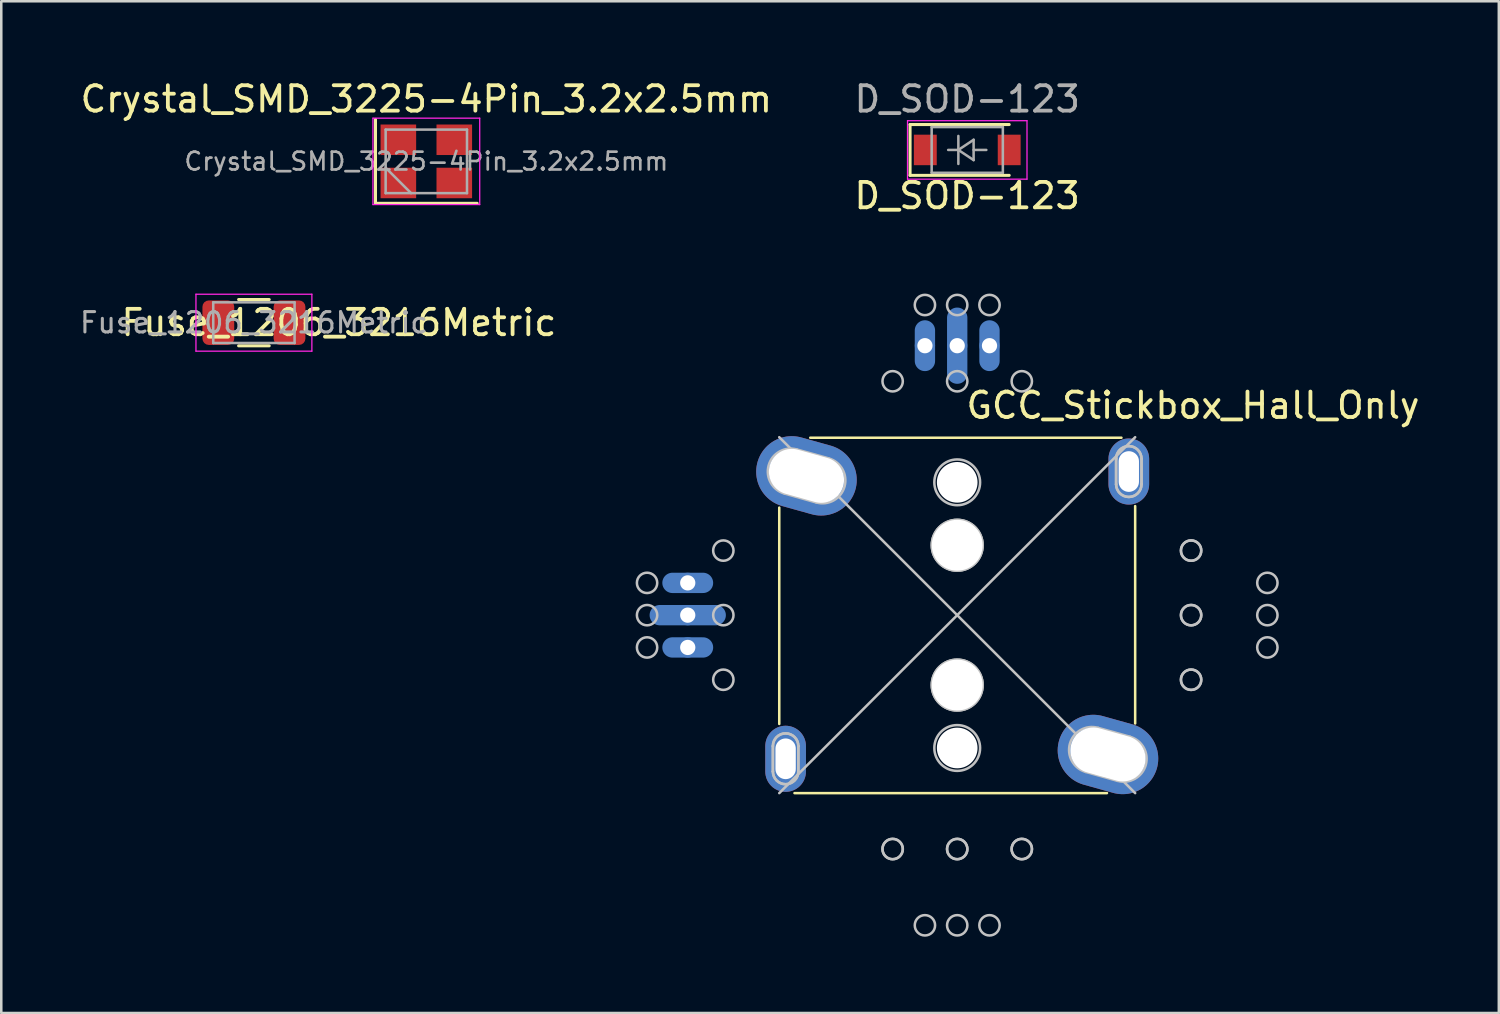
<source format=kicad_pcb>
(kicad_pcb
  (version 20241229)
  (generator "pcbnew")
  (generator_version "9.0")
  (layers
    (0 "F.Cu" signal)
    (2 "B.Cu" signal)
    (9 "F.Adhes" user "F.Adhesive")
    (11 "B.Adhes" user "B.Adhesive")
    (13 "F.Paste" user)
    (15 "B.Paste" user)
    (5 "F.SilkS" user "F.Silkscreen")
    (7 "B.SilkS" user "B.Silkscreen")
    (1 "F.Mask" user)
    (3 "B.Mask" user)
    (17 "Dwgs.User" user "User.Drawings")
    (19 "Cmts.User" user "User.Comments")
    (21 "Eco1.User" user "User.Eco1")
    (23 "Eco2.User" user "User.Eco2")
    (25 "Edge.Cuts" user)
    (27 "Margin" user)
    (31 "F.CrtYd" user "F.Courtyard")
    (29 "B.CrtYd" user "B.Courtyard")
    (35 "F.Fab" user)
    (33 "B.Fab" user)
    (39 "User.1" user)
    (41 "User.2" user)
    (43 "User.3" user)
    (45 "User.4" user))
  (footprint "GCC_Stickbox_Hall_Only"
    (layer "F.Cu")
    (at 34.603 21.148)
    (property "Reference" "GCC_Stickbox_Hall_Only" (at 9.275 -8.25 180) (layer "F.SilkS") (effects (font (size 1 1) (thickness 0.15))))
    (attr through_hole)
    (fp_line (start -7 -4.23) (end -7 4.28) (stroke (width 0.1) (type solid)) (layer "F.SilkS"))
    (fp_line (start -6.4 7) (end 5.89 7) (stroke (width 0.1) (type solid)) (layer "F.SilkS"))
    (fp_line (start -5.78 -6.98) (end 6.46 -6.98) (stroke (width 0.1) (type solid)) (layer "F.SilkS"))
    (fp_line (start 7 -4.29) (end 7 4.26) (stroke (width 0.1) (type solid)) (layer "F.SilkS"))
    (fp_line (start -7.25 5.15) (end -7.25 6.15) (stroke (width 0.1) (type solid)) (layer "Dwgs.User"))
    (fp_line (start -7.25 5.15) (end -7.25 6.15) (stroke (width 0.1) (type solid)) (layer "Dwgs.User"))
    (fp_line (start -7 -7) (end 7 7) (stroke (width 0.1) (type solid)) (layer "Dwgs.User"))
    (fp_line (start -6.793 -4.783) (end -5.543 -4.433) (stroke (width 0.1) (type solid)) (layer "Dwgs.User"))
    (fp_line (start -6.25 5.15) (end -6.25 6.15) (stroke (width 0.1) (type solid)) (layer "Dwgs.User"))
    (fp_line (start -6.25 6.15) (end -6.25 5.15) (stroke (width 0.1) (type solid)) (layer "Dwgs.User"))
    (fp_line (start -5.057 -6.167) (end -6.307 -6.517) (stroke (width 0.1) (type solid)) (layer "Dwgs.User"))
    (fp_line (start 5.057 6.167) (end 6.307 6.517) (stroke (width 0.1) (type solid)) (layer "Dwgs.User"))
    (fp_line (start 6.25 -6.15) (end 6.25 -5.15) (stroke (width 0.1) (type solid)) (layer "Dwgs.User"))
    (fp_line (start 6.25 -6.15) (end 6.25 -5.15) (stroke (width 0.1) (type solid)) (layer "Dwgs.User"))
    (fp_line (start 6.793 4.783) (end 5.543 4.433) (stroke (width 0.1) (type solid)) (layer "Dwgs.User"))
    (fp_line (start 7 -7) (end -7 7) (stroke (width 0.1) (type solid)) (layer "Dwgs.User"))
    (fp_line (start 7.25 -6.15) (end 7.25 -5.15) (stroke (width 0.1) (type solid)) (layer "Dwgs.User"))
    (fp_line (start 7.25 -5.15) (end 7.25 -6.15) (stroke (width 0.1) (type solid)) (layer "Dwgs.User"))
    (fp_arc (start -7.25 5.15) (mid -6.75 4.65) (end -6.25 5.15) (stroke (width 0.1) (type solid)) (layer "Dwgs.User"))
    (fp_arc (start -7.25 5.15) (mid -6.75 4.65) (end -6.25 5.15) (stroke (width 0.1) (type solid)) (layer "Dwgs.User"))
    (fp_arc (start -6.792666 -4.783332) (mid -7.416668 -5.892666) (end -6.307334 -6.516668) (stroke (width 0.1) (type solid)) (layer "Dwgs.User"))
    (fp_arc (start -6.25 6.15) (mid -6.75 6.65) (end -7.25 6.15) (stroke (width 0.1) (type solid)) (layer "Dwgs.User"))
    (fp_arc (start -6.25 6.15) (mid -6.75 6.65) (end -7.25 6.15) (stroke (width 0.1) (type solid)) (layer "Dwgs.User"))
    (fp_arc (start -5.057333 -6.166667) (mid -4.433333 -5.057333) (end -5.542667 -4.433333) (stroke (width 0.1) (type solid)) (layer "Dwgs.User"))
    (fp_arc (start 5.057334 6.166668) (mid 4.433332 5.057334) (end 5.542666 4.433332) (stroke (width 0.1) (type solid)) (layer "Dwgs.User"))
    (fp_arc (start 6.25 -6.15) (mid 6.75 -6.65) (end 7.25 -6.15) (stroke (width 0.1) (type solid)) (layer "Dwgs.User"))
    (fp_arc (start 6.25 -6.15) (mid 6.75 -6.65) (end 7.25 -6.15) (stroke (width 0.1) (type solid)) (layer "Dwgs.User"))
    (fp_arc (start 6.792667 4.783333) (mid 7.416667 5.892667) (end 6.307333 6.516667) (stroke (width 0.1) (type solid)) (layer "Dwgs.User"))
    (fp_arc (start 7.25 -5.15) (mid 6.75 -4.65) (end 6.25 -5.15) (stroke (width 0.1) (type solid)) (layer "Dwgs.User"))
    (fp_arc (start 7.25 -5.15) (mid 6.75 -4.65) (end 6.25 -5.15) (stroke (width 0.1) (type solid)) (layer "Dwgs.User"))
    (fp_circle (center -12.2 -1.27) (end -11.8 -1.27) (stroke (width 0.1) (type solid)) (fill no) (layer "Dwgs.User"))
    (fp_circle (center -12.2 0) (end -11.8 0) (stroke (width 0.1) (type solid)) (fill no) (layer "Dwgs.User"))
    (fp_circle (center -12.2 1.27) (end -11.8 1.27) (stroke (width 0.1) (type solid)) (fill no) (layer "Dwgs.User"))
    (fp_circle (center -9.2 -2.54) (end -8.8 -2.54) (stroke (width 0.1) (type solid)) (fill no) (layer "Dwgs.User"))
    (fp_circle (center -9.2 0) (end -8.8 0) (stroke (width 0.1) (type solid)) (fill no) (layer "Dwgs.User"))
    (fp_circle (center -9.2 2.54) (end -8.8 2.54) (stroke (width 0.1) (type solid)) (fill no) (layer "Dwgs.User"))
    (fp_circle (center -2.54 -9.2) (end -2.14 -9.2) (stroke (width 0.1) (type solid)) (fill no) (layer "Dwgs.User"))
    (fp_circle (center -2.54 9.2) (end -2.14 9.2) (stroke (width 0.1) (type solid)) (fill no) (layer "Dwgs.User"))
    (fp_circle (center -2.54 9.2) (end -2.14 9.2) (stroke (width 0.1) (type solid)) (fill no) (layer "Dwgs.User"))
    (fp_circle (center -1.27 -12.2) (end -0.87 -12.2) (stroke (width 0.1) (type solid)) (fill no) (layer "Dwgs.User"))
    (fp_circle (center -1.27 12.2) (end -0.87 12.2) (stroke (width 0.1) (type solid)) (fill no) (layer "Dwgs.User"))
    (fp_circle (center 0 -12.2) (end 0.4 -12.2) (stroke (width 0.1) (type solid)) (fill no) (layer "Dwgs.User"))
    (fp_circle (center 0 -9.2) (end 0.4 -9.2) (stroke (width 0.1) (type solid)) (fill no) (layer "Dwgs.User"))
    (fp_circle (center 0 -5.225) (end 0.9 -5.225) (stroke (width 0.1) (type solid)) (fill no) (layer "Dwgs.User"))
    (fp_circle (center 0 -2.75) (end 1 -2.75) (stroke (width 0.1) (type solid)) (fill no) (layer "Dwgs.User"))
    (fp_circle (center 0 -2.75) (end 1 -2.75) (stroke (width 0.1) (type solid)) (fill no) (layer "Dwgs.User"))
    (fp_circle (center 0 2.75) (end 1 2.75) (stroke (width 0.1) (type solid)) (fill no) (layer "Dwgs.User"))
    (fp_circle (center 0 2.75) (end 1 2.75) (stroke (width 0.1) (type solid)) (fill no) (layer "Dwgs.User"))
    (fp_circle (center 0 5.225) (end 0.9 5.225) (stroke (width 0.1) (type solid)) (fill no) (layer "Dwgs.User"))
    (fp_circle (center 0 9.2) (end 0.4 9.2) (stroke (width 0.1) (type solid)) (fill no) (layer "Dwgs.User"))
    (fp_circle (center 0 9.2) (end 0.4 9.2) (stroke (width 0.1) (type solid)) (fill no) (layer "Dwgs.User"))
    (fp_circle (center 0 12.2) (end 0.4 12.2) (stroke (width 0.1) (type solid)) (fill no) (layer "Dwgs.User"))
    (fp_circle (center 1.27 -12.2) (end 1.67 -12.2) (stroke (width 0.1) (type solid)) (fill no) (layer "Dwgs.User"))
    (fp_circle (center 1.27 12.2) (end 1.67 12.2) (stroke (width 0.1) (type solid)) (fill no) (layer "Dwgs.User"))
    (fp_circle (center 2.54 -9.2) (end 2.94 -9.2) (stroke (width 0.1) (type solid)) (fill no) (layer "Dwgs.User"))
    (fp_circle (center 2.54 9.2) (end 2.94 9.2) (stroke (width 0.1) (type solid)) (fill no) (layer "Dwgs.User"))
    (fp_circle (center 2.54 9.2) (end 2.94 9.2) (stroke (width 0.1) (type solid)) (fill no) (layer "Dwgs.User"))
    (fp_circle (center 9.2 -2.54) (end 9.6 -2.54) (stroke (width 0.1) (type solid)) (fill no) (layer "Dwgs.User"))
    (fp_circle (center 9.2 -2.54) (end 9.6 -2.54) (stroke (width 0.1) (type solid)) (fill no) (layer "Dwgs.User"))
    (fp_circle (center 9.2 0) (end 9.6 0) (stroke (width 0.1) (type solid)) (fill no) (layer "Dwgs.User"))
    (fp_circle (center 9.2 0) (end 9.6 0) (stroke (width 0.1) (type solid)) (fill no) (layer "Dwgs.User"))
    (fp_circle (center 9.2 2.54) (end 9.6 2.54) (stroke (width 0.1) (type solid)) (fill no) (layer "Dwgs.User"))
    (fp_circle (center 9.2 2.54) (end 9.6 2.54) (stroke (width 0.1) (type solid)) (fill no) (layer "Dwgs.User"))
    (fp_circle (center 12.2 -1.27) (end 12.6 -1.27) (stroke (width 0.1) (type solid)) (fill no) (layer "Dwgs.User"))
    (fp_circle (center 12.2 0) (end 12.6 0) (stroke (width 0.1) (type solid)) (fill no) (layer "Dwgs.User"))
    (fp_circle (center 12.2 1.27) (end 12.6 1.27) (stroke (width 0.1) (type solid)) (fill no) (layer "Dwgs.User"))
    (pad "" thru_hole oval (at -6.75 5.65) (size 1.6 2.6) (drill oval 0.8 1.6) (layers "*.Cu" "*.Mask"))
    (pad "" thru_hole oval (at -5.93 -5.48 74.4) (size 2.8 4) (drill oval 1.8 3) (layers "*.Cu" "*.Mask"))
    (pad "" np_thru_hole circle (at 0 -5.225) (size 1.6 1.6) (drill 1.6) (layers "*.Cu" "*.Mask"))
    (pad "" np_thru_hole circle (at 0 -2.75) (size 2 2) (drill 2) (layers "*.Cu" "*.Mask"))
    (pad "" np_thru_hole circle (at 0 2.75) (size 2 2) (drill 2) (layers "*.Cu" "*.Mask"))
    (pad "" np_thru_hole circle (at 0 5.225) (size 1.6 1.6) (drill 1.6) (layers "*.Cu" "*.Mask"))
    (pad "" thru_hole oval (at 5.93 5.48 74.4) (size 2.8 4) (drill oval 1.8 3) (layers "*.Cu" "*.Mask"))
    (pad "" thru_hole oval (at 6.75 -5.65) (size 1.6 2.6) (drill oval 0.8 1.6) (layers "*.Cu" "*.Mask"))
    (pad "1" thru_hole circle (at 1.27 -10.6) (size 0.8 0.8) (drill 0.6) (layers "*.Cu" "B.Mask") (remove_unused_layers yes) (zone_layer_connections))
    (pad "1" smd oval (at 1.27 -10.6) (size 0.8 2) (layers "B.Cu" "B.Mask"))
    (pad "2" thru_hole circle (at 0 -10.6) (size 0.8 0.8) (drill 0.6) (layers "*.Cu" "B.Mask") (remove_unused_layers yes) (zone_layer_connections))
    (pad "2" smd oval (at 0 -10.6) (size 0.8 3) (layers "B.Cu" "B.Mask"))
    (pad "3" thru_hole circle (at -1.27 -10.6) (size 0.8 0.8) (drill 0.6) (layers "*.Cu" "B.Mask") (remove_unused_layers yes) (zone_layer_connections))
    (pad "3" smd oval (at -1.27 -10.6) (size 0.8 2) (layers "B.Cu" "B.Mask"))
    (pad "4" thru_hole circle (at -10.6 -1.27) (size 0.8 0.8) (drill 0.6) (layers "*.Cu" "B.Mask") (remove_unused_layers yes) (zone_layer_connections))
    (pad "4" smd oval (at -10.6 -1.27 90) (size 0.8 2) (layers "B.Cu" "B.Mask"))
    (pad "5" thru_hole circle (at -10.6 0) (size 0.8 0.8) (drill 0.6) (layers "*.Cu" "B.Mask") (remove_unused_layers yes) (zone_layer_connections))
    (pad "5" smd oval (at -10.6 0 90) (size 0.8 3) (layers "B.Cu" "B.Mask"))
    (pad "6" thru_hole circle (at -10.6 1.27) (size 0.8 0.8) (drill 0.6) (layers "*.Cu" "B.Mask") (remove_unused_layers yes) (zone_layer_connections))
    (pad "6" smd oval (at -10.6 1.27 90) (size 0.8 2) (layers "B.Cu" "B.Mask")))
  (footprint "Fuse_1206_3216Metric"
    (layer "F.Cu")
    (at 6.938 9.643)
    (property "Reference" "Fuse_1206_3216Metric" (at 3.342 0 0) (layer "F.SilkS") (effects (font (size 1 1) (thickness 0.15))))
    (attr smd)
    (fp_line (start -0.602 -0.91) (end 0.602 -0.91) (stroke (width 0.12) (type solid)) (layer "F.SilkS"))
    (fp_line (start -0.602 0.91) (end 0.602 0.91) (stroke (width 0.12) (type solid)) (layer "F.SilkS"))
    (fp_line (start -2.28 -1.12) (end 2.28 -1.12) (stroke (width 0.05) (type solid)) (layer "F.CrtYd"))
    (fp_line (start -2.28 1.12) (end -2.28 -1.12) (stroke (width 0.05) (type solid)) (layer "F.CrtYd"))
    (fp_line (start 2.28 -1.12) (end 2.28 1.12) (stroke (width 0.05) (type solid)) (layer "F.CrtYd"))
    (fp_line (start 2.28 1.12) (end -2.28 1.12) (stroke (width 0.05) (type solid)) (layer "F.CrtYd"))
    (fp_line (start -1.6 -0.8) (end 1.6 -0.8) (stroke (width 0.1) (type solid)) (layer "F.Fab"))
    (fp_line (start -1.6 0.8) (end -1.6 -0.8) (stroke (width 0.1) (type solid)) (layer "F.Fab"))
    (fp_line (start 1.6 -0.8) (end 1.6 0.8) (stroke (width 0.1) (type solid)) (layer "F.Fab"))
    (fp_line (start 1.6 0.8) (end -1.6 0.8) (stroke (width 0.1) (type solid)) (layer "F.Fab"))
    (fp_text user "${REFERENCE}" (at 0 0 0) (layer "F.Fab") (effects (font (size 0.8 0.8) (thickness 0.12))))
    (pad "1" smd roundrect (at -1.4 0) (size 1.25 1.75) (layers "F.Cu" "F.Mask" "F.Paste") (roundrect_rratio 0.2))
    (pad "2" smd roundrect (at 1.4 0) (size 1.25 1.75) (layers "F.Cu" "F.Mask" "F.Paste") (roundrect_rratio 0.2)))
  (footprint "D_SOD-123"
    (layer "F.Cu")
    (at 34.998 2.848)
    (property "Reference" "D_SOD-123" (at -0.004 1.802 180) (layer "F.SilkS") (effects (font (size 1 1) (thickness 0.15))))
    (attr smd)
    (fp_line (start -2.25 -1) (end -2.25 1) (stroke (width 0.12) (type solid)) (layer "F.SilkS"))
    (fp_line (start -2.25 -1) (end 1.65 -1) (stroke (width 0.12) (type solid)) (layer "F.SilkS"))
    (fp_line (start -2.25 1) (end 1.65 1) (stroke (width 0.12) (type solid)) (layer "F.SilkS"))
    (fp_line (start -2.35 -1.15) (end -2.35 1.15) (stroke (width 0.05) (type solid)) (layer "F.CrtYd"))
    (fp_line (start -2.35 -1.15) (end 2.35 -1.15) (stroke (width 0.05) (type solid)) (layer "F.CrtYd"))
    (fp_line (start 2.35 -1.15) (end 2.35 1.15) (stroke (width 0.05) (type solid)) (layer "F.CrtYd"))
    (fp_line (start 2.35 1.15) (end -2.35 1.15) (stroke (width 0.05) (type solid)) (layer "F.CrtYd"))
    (fp_line (start -1.4 -0.9) (end 1.4 -0.9) (stroke (width 0.1) (type solid)) (layer "F.Fab"))
    (fp_line (start -1.4 0.9) (end -1.4 -0.9) (stroke (width 0.1) (type solid)) (layer "F.Fab"))
    (fp_line (start -0.75 0) (end -0.35 0) (stroke (width 0.1) (type solid)) (layer "F.Fab"))
    (fp_line (start -0.35 0) (end -0.35 -0.55) (stroke (width 0.1) (type solid)) (layer "F.Fab"))
    (fp_line (start -0.35 0) (end -0.35 0.55) (stroke (width 0.1) (type solid)) (layer "F.Fab"))
    (fp_line (start -0.35 0) (end 0.25 -0.4) (stroke (width 0.1) (type solid)) (layer "F.Fab"))
    (fp_line (start 0.25 -0.4) (end 0.25 0.4) (stroke (width 0.1) (type solid)) (layer "F.Fab"))
    (fp_line (start 0.25 0) (end 0.75 0) (stroke (width 0.1) (type solid)) (layer "F.Fab"))
    (fp_line (start 0.25 0.4) (end -0.35 0) (stroke (width 0.1) (type solid)) (layer "F.Fab"))
    (fp_line (start 1.4 -0.9) (end 1.4 0.9) (stroke (width 0.1) (type solid)) (layer "F.Fab"))
    (fp_line (start 1.4 0.9) (end -1.4 0.9) (stroke (width 0.1) (type solid)) (layer "F.Fab"))
    (fp_text user "${REFERENCE}" (at 0 -2 180) (layer "F.Fab") (effects (font (size 1 1) (thickness 0.15))))
    (pad "1" smd rect (at -1.65 0) (size 0.9 1.2) (layers "F.Cu" "F.Mask" "F.Paste"))
    (pad "2" smd rect (at 1.65 0) (size 0.9 1.2) (layers "F.Cu" "F.Mask" "F.Paste")))
  (footprint "Crystal_SMD_3225-4Pin_3.2x2.5mm"
    (layer "F.Cu")
    (at 13.72 3.298)
    (property "Reference" "Crystal_SMD_3225-4Pin_3.2x2.5mm" (at 0 -2.45 180) (layer "F.SilkS") (effects (font (size 1 1) (thickness 0.15))))
    (attr smd)
    (fp_line (start -2 -1.65) (end -2 1.65) (stroke (width 0.12) (type solid)) (layer "F.SilkS"))
    (fp_line (start -2 1.65) (end 2 1.65) (stroke (width 0.12) (type solid)) (layer "F.SilkS"))
    (fp_line (start -2.1 -1.7) (end -2.1 1.7) (stroke (width 0.05) (type solid)) (layer "F.CrtYd"))
    (fp_line (start -2.1 1.7) (end 2.1 1.7) (stroke (width 0.05) (type solid)) (layer "F.CrtYd"))
    (fp_line (start 2.1 -1.7) (end -2.1 -1.7) (stroke (width 0.05) (type solid)) (layer "F.CrtYd"))
    (fp_line (start 2.1 1.7) (end 2.1 -1.7) (stroke (width 0.05) (type solid)) (layer "F.CrtYd"))
    (fp_line (start -1.6 -1.25) (end -1.6 1.25) (stroke (width 0.1) (type solid)) (layer "F.Fab"))
    (fp_line (start -1.6 0.25) (end -0.6 1.25) (stroke (width 0.1) (type solid)) (layer "F.Fab"))
    (fp_line (start -1.6 1.25) (end 1.6 1.25) (stroke (width 0.1) (type solid)) (layer "F.Fab"))
    (fp_line (start 1.6 -1.25) (end -1.6 -1.25) (stroke (width 0.1) (type solid)) (layer "F.Fab"))
    (fp_line (start 1.6 1.25) (end 1.6 -1.25) (stroke (width 0.1) (type solid)) (layer "F.Fab"))
    (fp_text user "${REFERENCE}" (at 0 0 180) (layer "F.Fab") (effects (font (size 0.7 0.7) (thickness 0.105))))
    (pad "1" smd rect (at -1.1 0.85) (size 1.4 1.2) (layers "F.Cu" "F.Mask" "F.Paste"))
    (pad "2" smd rect (at 1.1 0.85) (size 1.4 1.2) (layers "F.Cu" "F.Mask" "F.Paste"))
    (pad "3" smd rect (at 1.1 -0.85) (size 1.4 1.2) (layers "F.Cu" "F.Mask" "F.Paste"))
    (pad "4" smd rect (at -1.1 -0.85) (size 1.4 1.2) (layers "F.Cu" "F.Mask" "F.Paste")))
  (gr_rect
    (start -3 -3)
    (end 55.908 36.798)
    (stroke (width 0.1) (type default))
    (fill no)
    (layer "Edge.Cuts")))
</source>
